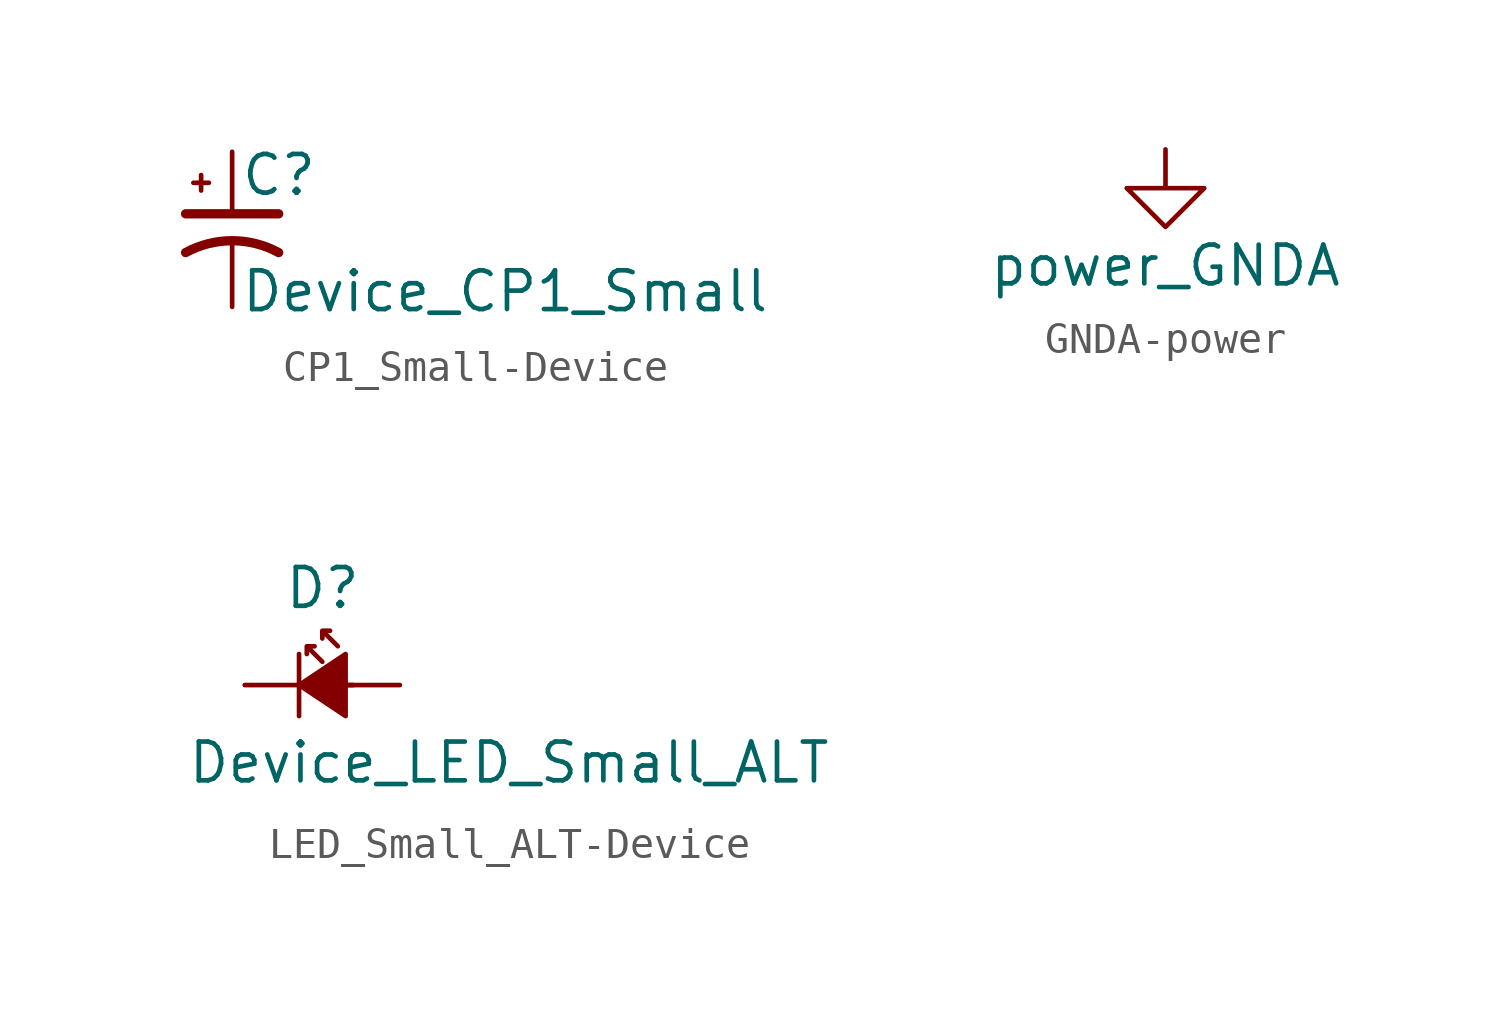
<source format=kicad_sym>
(kicad_symbol_lib
  (version 20241209)
  (generator "kicad_symbol_editor")
  (generator_version "9.0")
  (symbol "CP1_Small-Device"
    (pin_numbers
      (hide yes))
    (pin_names
      (offset 0.254)
      (hide yes))
    (property "Reference" "C"
      (at 0.254 1.778 0)
      (effects (font (size 1.27 1.27)) (justify left)))
    (property "Value" "Device_CP1_Small"
      (at 0.254 -2.032 0)
      (effects (font (size 1.27 1.27)) (justify left)))
    (symbol "CP1_Small-Device_0_1"
      (polyline (pts (xy -1.524 0.508) (xy 1.524 0.508)) (stroke (width 0.305) (type solid)) (fill (type none)))
      (polyline (pts (xy -1.27 1.524) (xy -0.762 1.524)) (stroke (width 0) (type solid)) (fill (type none)))
      (polyline (pts (xy -1.016 1.27) (xy -1.016 1.778)) (stroke (width 0) (type solid)) (fill (type none)))
      (arc (start -1.524 -0.762) (mid 0 -0.3734) (end 1.524 -0.762) (stroke (width 0.3048) (type solid)) (fill (type none))))
    (symbol "CP1_Small-Device_1_1"
      (pin passive line (at 0 2.54 270) (length 2.032) (name "~" (effects (font (size 1.27 1.27)))) (number "1" (effects (font (size 1.27 1.27)))))
      (pin passive line (at 0 -2.54 90) (length 2.032) (name "~" (effects (font (size 1.27 1.27)))) (number "2" (effects (font (size 1.27 1.27)))))))
  (symbol "GNDA-power"
    (power)
    (pin_names
      (offset 0))
    (property "Reference" "#PWR"
      (at 0 -6.35 0)
      (effects (font (size 1.27 1.27)) (hide yes)))
    (property "Value" "power_GNDA"
      (at 0 -3.81 0)
      (effects (font (size 1.27 1.27))))
    (symbol "GNDA-power_0_1"
      (polyline (pts (xy 0 0) (xy 0 -1.27) (xy 1.27 -1.27) (xy 0 -2.54) (xy -1.27 -1.27) (xy 0 -1.27)) (stroke (width 0) (type solid)) (fill (type none))))
    (symbol "GNDA-power_1_1"
      (pin power_in line (at 0 0 270) (length 0) (hide yes) (name "GNDA" (effects (font (size 1.27 1.27)))) (number "1" (effects (font (size 1.27 1.27)))))))
  (symbol "LED_Small_ALT-Device"
    (pin_numbers
      (hide yes))
    (pin_names
      (offset 0.254)
      (hide yes))
    (property "Reference" "D"
      (at -1.27 3.175 0)
      (effects (font (size 1.27 1.27)) (justify left)))
    (property "Value" "Device_LED_Small_ALT"
      (at -4.445 -2.54 0)
      (effects (font (size 1.27 1.27)) (justify left)))
    (symbol "LED_Small_ALT-Device_0_1"
      (polyline (pts (xy -0.762 -1.016) (xy -0.762 1.016)) (stroke (width 0) (type solid)) (fill (type none)))
      (polyline (pts (xy 0 0.762) (xy -0.508 1.27) (xy -0.254 1.27) (xy -0.508 1.27) (xy -0.508 1.016)) (stroke (width 0) (type solid)) (fill (type none)))
      (polyline (pts (xy 0.508 1.27) (xy 0 1.778) (xy 0.254 1.778) (xy 0 1.778) (xy 0 1.524)) (stroke (width 0) (type solid)) (fill (type none)))
      (polyline (pts (xy 0.762 -1.016) (xy -0.762 0) (xy 0.762 1.016) (xy 0.762 -1.016)) (stroke (width 0) (type solid)) (fill (type outline)))
      (polyline (pts (xy 1.016 0) (xy -0.762 0)) (stroke (width 0) (type solid)) (fill (type none))))
    (symbol "LED_Small_ALT-Device_1_1"
      (pin passive line (at -2.54 0 0) (length 1.778) (name "K" (effects (font (size 1.27 1.27)))) (number "1" (effects (font (size 1.27 1.27)))))
      (pin passive line (at 2.54 0 180) (length 1.778) (name "A" (effects (font (size 1.27 1.27)))) (number "2" (effects (font (size 1.27 1.27))))))))
</source>
